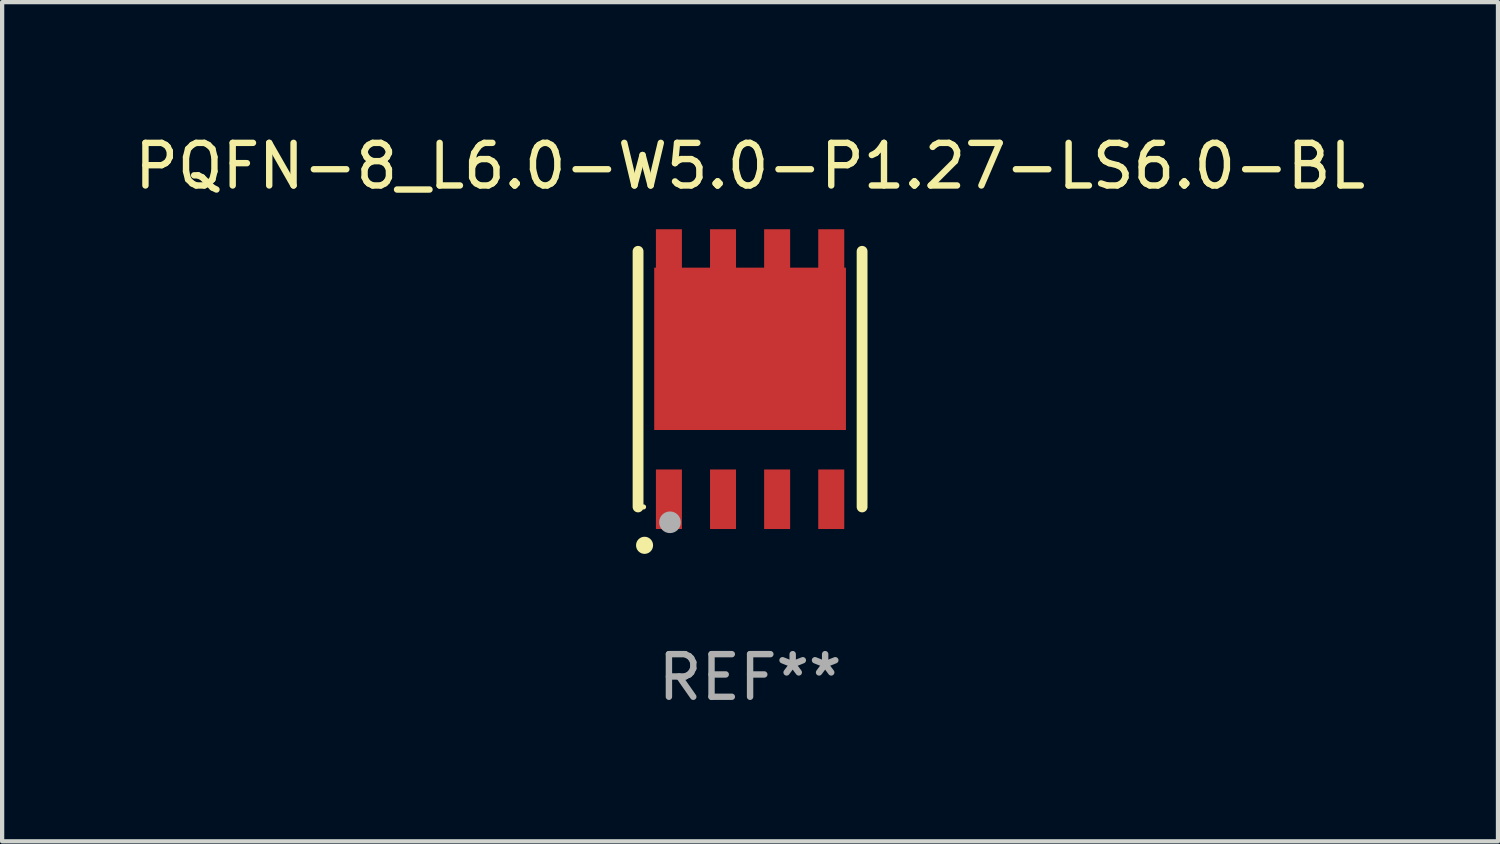
<source format=kicad_pcb>
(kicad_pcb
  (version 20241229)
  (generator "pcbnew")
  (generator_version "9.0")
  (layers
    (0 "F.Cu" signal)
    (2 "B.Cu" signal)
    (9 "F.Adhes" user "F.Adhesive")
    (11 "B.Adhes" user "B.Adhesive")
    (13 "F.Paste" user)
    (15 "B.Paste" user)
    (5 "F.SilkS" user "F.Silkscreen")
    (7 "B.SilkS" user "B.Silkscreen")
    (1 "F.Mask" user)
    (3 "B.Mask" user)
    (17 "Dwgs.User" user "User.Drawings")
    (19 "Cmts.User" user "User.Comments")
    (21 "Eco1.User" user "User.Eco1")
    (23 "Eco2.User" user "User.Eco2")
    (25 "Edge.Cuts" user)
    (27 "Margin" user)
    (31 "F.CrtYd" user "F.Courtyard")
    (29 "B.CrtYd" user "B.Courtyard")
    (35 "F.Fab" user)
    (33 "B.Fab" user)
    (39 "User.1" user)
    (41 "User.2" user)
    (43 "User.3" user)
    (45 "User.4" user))
  (footprint "PQFN-8_L6.0-W5.0-P1.27-LS6.0-BL"
    (layer "F.Cu")
    (at 14.554 5.848)
    (property "Reference" "PQFN-8_L6.0-W5.0-P1.27-LS6.0-BL" (at 0.000025 -5 0) (layer "F.SilkS") (effects (font (size 1 1) (thickness 0.15))))
    (attr smd)
    (fp_line (start -2.629 3) (end -2.629 -3) (stroke (width 0.254) (type solid)) (layer "F.SilkS"))
    (fp_line (start 2.629 3) (end 2.629 -3) (stroke (width 0.254) (type solid)) (layer "F.SilkS"))
    (fp_arc (start -2.47648 3.898933) (mid -2.476474 3.900203) (end -2.47648 3.901473) (stroke (width 0.398781) (type solid)) (layer "F.SilkS"))
    (fp_circle (center -2.5 3) (end -2.47 3) (stroke (width 0.06) (type solid)) (fill no) (layer "F.SilkS"))
    (fp_circle (center -1.88 3.36) (end -1.753 3.36) (stroke (width 0.254) (type solid)) (fill no) (layer "F.Fab"))
    (fp_text user "REF**" (at 0.000025 7 0) (layer "F.Fab") (effects (font (size 1 1) (thickness 0.15))))
    (pad "1" smd rect (at -1.905 2.819) (size 0.61 1.397) (layers "F.Cu" "F.Mask" "F.Paste"))
    (pad "2" smd rect (at -0.635 2.819) (size 0.61 1.397) (layers "F.Cu" "F.Mask" "F.Paste"))
    (pad "3" smd rect (at 0.635 2.819) (size 0.61 1.397) (layers "F.Cu" "F.Mask" "F.Paste"))
    (pad "4" smd rect (at 1.905 2.819) (size 0.61 1.397) (layers "F.Cu" "F.Mask" "F.Paste"))
    (pad "5" smd rect (at 1.905 -2.819) (size 0.61 1.397) (layers "F.Cu" "F.Mask" "F.Paste"))
    (pad "6" smd rect (at 0.635 -2.819) (size 0.61 1.397) (layers "F.Cu" "F.Mask" "F.Paste"))
    (pad "7" smd rect (at -0.635 -2.819) (size 0.61 1.397) (layers "F.Cu" "F.Mask" "F.Paste"))
    (pad "8" smd rect (at -1.905 -2.819) (size 0.61 1.397) (layers "F.Cu" "F.Mask" "F.Paste"))
    (pad "9" smd rect (at 0 -0.711 90) (size 3.81 4.5) (layers "F.Cu" "F.Mask" "F.Paste")))
  (gr_rect
    (start -3 -3)
    (end 32.107 16.696)
    (stroke (width 0.1) (type default))
    (fill no)
    (layer "Edge.Cuts")))
</source>
